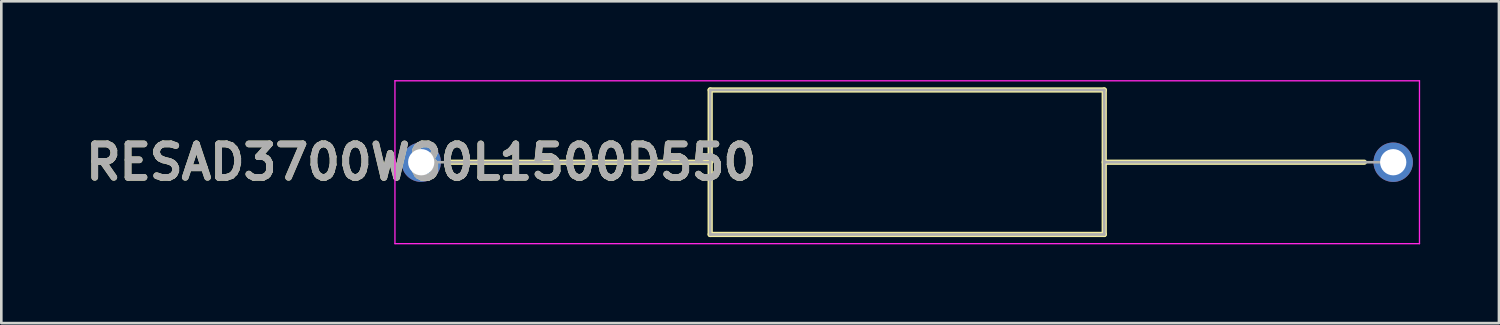
<source format=kicad_pcb>
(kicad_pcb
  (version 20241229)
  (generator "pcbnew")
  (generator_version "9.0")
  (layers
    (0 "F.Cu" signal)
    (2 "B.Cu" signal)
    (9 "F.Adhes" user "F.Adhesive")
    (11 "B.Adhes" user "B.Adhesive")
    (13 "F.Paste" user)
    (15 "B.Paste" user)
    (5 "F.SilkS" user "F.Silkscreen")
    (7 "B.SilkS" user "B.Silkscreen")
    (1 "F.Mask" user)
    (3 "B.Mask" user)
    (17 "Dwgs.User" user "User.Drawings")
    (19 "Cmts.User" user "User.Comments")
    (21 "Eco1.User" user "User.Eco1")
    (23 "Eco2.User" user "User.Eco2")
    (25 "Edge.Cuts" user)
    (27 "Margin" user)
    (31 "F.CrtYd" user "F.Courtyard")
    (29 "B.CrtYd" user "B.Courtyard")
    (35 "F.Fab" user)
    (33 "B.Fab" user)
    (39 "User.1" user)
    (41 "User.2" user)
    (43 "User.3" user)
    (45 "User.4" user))
  (footprint "RESAD3700W80L1500D550"
    (layer "F.Cu")
    (at 12.984 3.125)
    (property "Reference" "RESAD3700W80L1500D550" (at 0 0 0) (layer "F.SilkS") (effects (font (size 1.27 1.27) (thickness 0.254))))
    (attr through_hole)
    (fp_line (start 1.1 0) (end 11 0) (stroke (width 0.2) (type solid)) (layer "F.SilkS"))
    (fp_line (start 11 -2.75) (end 26 -2.75) (stroke (width 0.2) (type solid)) (layer "F.SilkS"))
    (fp_line (start 11 2.75) (end 11 -2.75) (stroke (width 0.2) (type solid)) (layer "F.SilkS"))
    (fp_line (start 26 -2.75) (end 26 2.75) (stroke (width 0.2) (type solid)) (layer "F.SilkS"))
    (fp_line (start 26 0) (end 35.9 0) (stroke (width 0.2) (type solid)) (layer "F.SilkS"))
    (fp_line (start 26 2.75) (end 11 2.75) (stroke (width 0.2) (type solid)) (layer "F.SilkS"))
    (fp_line (start -1 -3.1) (end 38 -3.1) (stroke (width 0.05) (type solid)) (layer "F.CrtYd"))
    (fp_line (start -1 3.1) (end -1 -3.1) (stroke (width 0.05) (type solid)) (layer "F.CrtYd"))
    (fp_line (start 38 -3.1) (end 38 3.1) (stroke (width 0.05) (type solid)) (layer "F.CrtYd"))
    (fp_line (start 38 3.1) (end -1 3.1) (stroke (width 0.05) (type solid)) (layer "F.CrtYd"))
    (fp_line (start 0 0) (end 11 0) (stroke (width 0.1) (type solid)) (layer "F.Fab"))
    (fp_line (start 11 -2.75) (end 26 -2.75) (stroke (width 0.1) (type solid)) (layer "F.Fab"))
    (fp_line (start 11 2.75) (end 11 -2.75) (stroke (width 0.1) (type solid)) (layer "F.Fab"))
    (fp_line (start 26 -2.75) (end 26 2.75) (stroke (width 0.1) (type solid)) (layer "F.Fab"))
    (fp_line (start 26 0) (end 37 0) (stroke (width 0.1) (type solid)) (layer "F.Fab"))
    (fp_line (start 26 2.75) (end 11 2.75) (stroke (width 0.1) (type solid)) (layer "F.Fab"))
    (fp_text user "${REFERENCE}" (at 0 0 0) (layer "F.Fab") (effects (font (size 1.27 1.27) (thickness 0.254))))
    (pad "1" thru_hole circle (at 0 0) (size 1.5 1.5) (drill 1) (layers "*.Cu" "*.Mask"))
    (pad "2" thru_hole circle (at 37 0) (size 1.5 1.5) (drill 1) (layers "*.Cu" "*.Mask")))
  (gr_rect
    (start -3 -3)
    (end 54.009 9.25)
    (stroke (width 0.1) (type default))
    (fill no)
    (layer "Edge.Cuts")))
</source>
